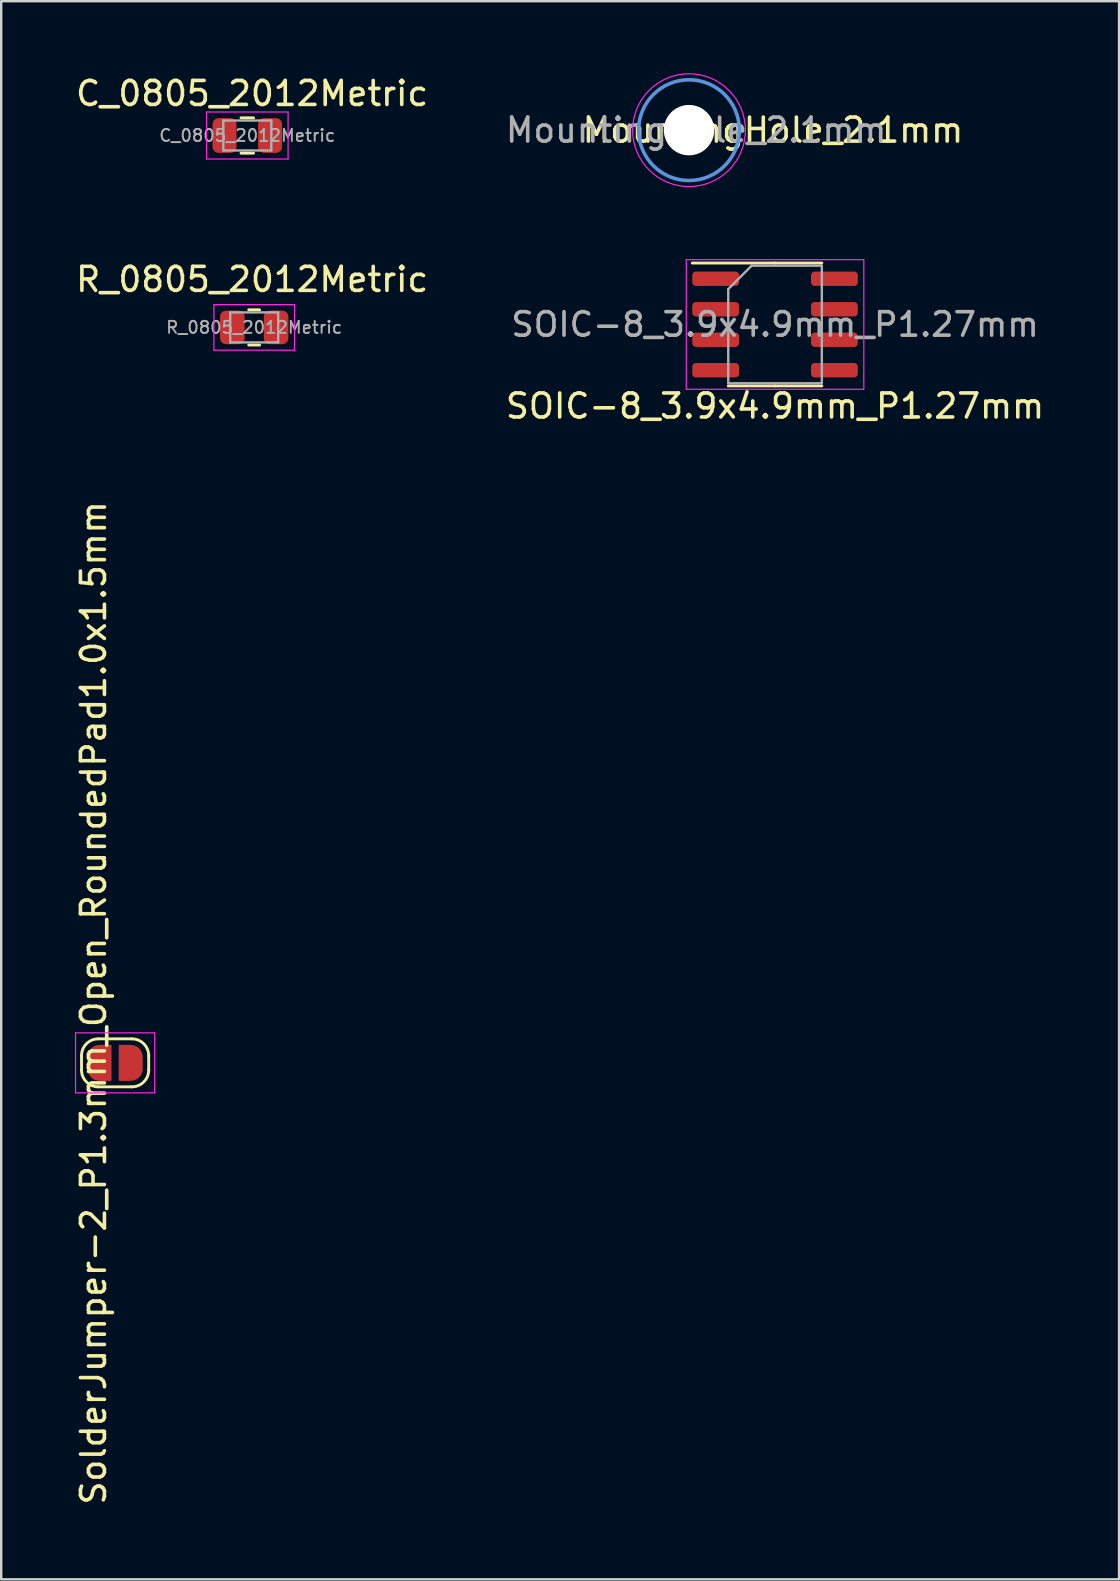
<source format=kicad_pcb>
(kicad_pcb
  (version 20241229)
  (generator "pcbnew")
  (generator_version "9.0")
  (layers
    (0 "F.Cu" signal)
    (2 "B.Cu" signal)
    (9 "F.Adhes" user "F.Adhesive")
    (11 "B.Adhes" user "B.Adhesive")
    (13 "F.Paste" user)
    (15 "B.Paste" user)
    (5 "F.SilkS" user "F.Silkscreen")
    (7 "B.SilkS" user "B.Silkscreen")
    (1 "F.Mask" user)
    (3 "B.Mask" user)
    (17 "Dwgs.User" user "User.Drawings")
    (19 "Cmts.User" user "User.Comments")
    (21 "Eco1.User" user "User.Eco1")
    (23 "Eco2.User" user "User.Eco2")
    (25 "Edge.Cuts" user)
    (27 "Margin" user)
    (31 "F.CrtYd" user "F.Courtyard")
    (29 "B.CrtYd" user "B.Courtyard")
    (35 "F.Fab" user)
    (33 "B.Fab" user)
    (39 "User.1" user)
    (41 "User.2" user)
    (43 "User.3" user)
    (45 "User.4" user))
  (footprint "MountingHole_2.1mm"
    (layer "F.Cu")
    (at 25.67 2.375)
    (property "Reference" "MountingHole_2.1mm" (at 3.5 0 0) (layer "F.SilkS") (effects (font (size 1 1) (thickness 0.15))))
    (attr exclude_from_pos_files exclude_from_bom)
    (fp_circle (center 0 0) (end 2.1 0) (stroke (width 0.15) (type solid)) (fill no) (layer "Cmts.User"))
    (fp_circle (center 0 0) (end 2.35 0) (stroke (width 0.05) (type solid)) (fill no) (layer "F.CrtYd"))
    (fp_text user "${REFERENCE}" (at 0.3 0 0) (layer "F.Fab") (effects (font (size 1 1) (thickness 0.15))))
    (pad "" np_thru_hole circle (at 0 0) (size 2.1 2.1) (drill 2.1) (layers "*.Cu" "*.Mask")))
  (footprint "C_0805_2012Metric"
    (layer "F.Cu")
    (at 7.258 2.598)
    (property "Reference" "C_0805_2012Metric" (at 0.2 -1.75 0) (layer "F.SilkS") (effects (font (size 1 1) (thickness 0.15))))
    (attr smd)
    (fp_line (start -0.261 -0.735) (end 0.261 -0.735) (stroke (width 0.12) (type solid)) (layer "F.SilkS"))
    (fp_line (start -0.261 0.735) (end 0.261 0.735) (stroke (width 0.12) (type solid)) (layer "F.SilkS"))
    (fp_line (start -1.7 -0.98) (end 1.7 -0.98) (stroke (width 0.05) (type solid)) (layer "F.CrtYd"))
    (fp_line (start -1.7 0.98) (end -1.7 -0.98) (stroke (width 0.05) (type solid)) (layer "F.CrtYd"))
    (fp_line (start 1.7 -0.98) (end 1.7 0.98) (stroke (width 0.05) (type solid)) (layer "F.CrtYd"))
    (fp_line (start 1.7 0.98) (end -1.7 0.98) (stroke (width 0.05) (type solid)) (layer "F.CrtYd"))
    (fp_line (start -1 -0.625) (end 1 -0.625) (stroke (width 0.1) (type solid)) (layer "F.Fab"))
    (fp_line (start -1 0.625) (end -1 -0.625) (stroke (width 0.1) (type solid)) (layer "F.Fab"))
    (fp_line (start 1 -0.625) (end 1 0.625) (stroke (width 0.1) (type solid)) (layer "F.Fab"))
    (fp_line (start 1 0.625) (end -1 0.625) (stroke (width 0.1) (type solid)) (layer "F.Fab"))
    (fp_text user "${REFERENCE}" (at 0 0 0) (layer "F.Fab") (effects (font (size 0.5 0.5) (thickness 0.08))))
    (pad "1" smd roundrect (at -0.95 0) (size 1 1.45) (layers "F.Cu" "F.Mask" "F.Paste") (roundrect_rratio 0.25))
    (pad "2" smd roundrect (at 0.95 0) (size 1 1.45) (layers "F.Cu" "F.Mask" "F.Paste") (roundrect_rratio 0.25)))
  (footprint "SolderJumper-2_P1.3mm_Open_RoundedPad1.0x1.5mm"
    (layer "F.Cu")
    (at 1.748 41.253)
    (property "Reference" "SolderJumper-2_P1.3mm_Open_RoundedPad1.0x1.5mm" (at -0.9 -2.5 90) (layer "F.SilkS") (effects (font (size 1 1) (thickness 0.15))))
    (attr exclude_from_pos_files exclude_from_bom)
    (fp_line (start -1.4 0.3) (end -1.4 -0.3) (stroke (width 0.12) (type solid)) (layer "F.SilkS"))
    (fp_line (start -0.7 -1) (end 0.7 -1) (stroke (width 0.12) (type solid)) (layer "F.SilkS"))
    (fp_line (start 0.7 1) (end -0.7 1) (stroke (width 0.12) (type solid)) (layer "F.SilkS"))
    (fp_line (start 1.4 -0.3) (end 1.4 0.3) (stroke (width 0.12) (type solid)) (layer "F.SilkS"))
    (fp_arc (start -1.4 -0.3) (mid -1.194975 -0.794975) (end -0.7 -1) (stroke (width 0.12) (type solid)) (layer "F.SilkS"))
    (fp_arc (start -0.7 1) (mid -1.194975 0.794975) (end -1.4 0.3) (stroke (width 0.12) (type solid)) (layer "F.SilkS"))
    (fp_arc (start 0.7 -1) (mid 1.194975 -0.794975) (end 1.4 -0.3) (stroke (width 0.12) (type solid)) (layer "F.SilkS"))
    (fp_arc (start 1.4 0.3) (mid 1.194975 0.794975) (end 0.7 1) (stroke (width 0.12) (type solid)) (layer "F.SilkS"))
    (fp_line (start -1.65 -1.25) (end -1.65 1.25) (stroke (width 0.05) (type solid)) (layer "F.CrtYd"))
    (fp_line (start -1.65 -1.25) (end 1.65 -1.25) (stroke (width 0.05) (type solid)) (layer "F.CrtYd"))
    (fp_line (start 1.65 1.25) (end -1.65 1.25) (stroke (width 0.05) (type solid)) (layer "F.CrtYd"))
    (fp_line (start 1.65 1.25) (end 1.65 -1.25) (stroke (width 0.05) (type solid)) (layer "F.CrtYd"))
    (pad "1" smd custom (at -0.65 0) (size 1 0.5) (layers "F.Cu" "F.Mask") (options (anchor rect)) (primitives (gr_circle (center 0 0.25) (end 0.5 0.25) (width 0) (fill yes)) (gr_circle (center 0 -0.25) (end 0.5 -0.25) (width 0) (fill yes)) (gr_poly (pts (xy 0 -0.75) (xy 0.5 -0.75) (xy 0.5 0.75) (xy 0 0.75)) (width 0) (fill yes))))
    (pad "2" smd custom (at 0.65 0) (size 1 0.5) (layers "F.Cu" "F.Mask") (options (anchor rect)) (primitives (gr_circle (center 0 0.25) (end 0.5 0.25) (width 0) (fill yes)) (gr_circle (center 0 -0.25) (end 0.5 -0.25) (width 0) (fill yes)) (gr_poly (pts (xy 0 -0.75) (xy -0.5 -0.75) (xy -0.5 0.75) (xy 0 0.75)) (width 0) (fill yes)))))
  (footprint "SOIC-8_3.9x4.9mm_P1.27mm"
    (layer "F.Cu")
    (at 29.256 10.475)
    (property "Reference" "SOIC-8_3.9x4.9mm_P1.27mm" (at 0 3.4 0) (layer "F.SilkS") (effects (font (size 1 1) (thickness 0.15))))
    (attr smd)
    (fp_line (start 0 -2.56) (end -3.45 -2.56) (stroke (width 0.12) (type solid)) (layer "F.SilkS"))
    (fp_line (start 0 -2.56) (end 1.95 -2.56) (stroke (width 0.12) (type solid)) (layer "F.SilkS"))
    (fp_line (start 0 2.56) (end -1.95 2.56) (stroke (width 0.12) (type solid)) (layer "F.SilkS"))
    (fp_line (start 0 2.56) (end 1.95 2.56) (stroke (width 0.12) (type solid)) (layer "F.SilkS"))
    (fp_line (start -3.7 -2.7) (end -3.7 2.7) (stroke (width 0.05) (type solid)) (layer "F.CrtYd"))
    (fp_line (start -3.7 2.7) (end 3.7 2.7) (stroke (width 0.05) (type solid)) (layer "F.CrtYd"))
    (fp_line (start 3.7 -2.7) (end -3.7 -2.7) (stroke (width 0.05) (type solid)) (layer "F.CrtYd"))
    (fp_line (start 3.7 2.7) (end 3.7 -2.7) (stroke (width 0.05) (type solid)) (layer "F.CrtYd"))
    (fp_line (start -1.95 -1.475) (end -0.975 -2.45) (stroke (width 0.1) (type solid)) (layer "F.Fab"))
    (fp_line (start -1.95 2.45) (end -1.95 -1.475) (stroke (width 0.1) (type solid)) (layer "F.Fab"))
    (fp_line (start -0.975 -2.45) (end 1.95 -2.45) (stroke (width 0.1) (type solid)) (layer "F.Fab"))
    (fp_line (start 1.95 -2.45) (end 1.95 2.45) (stroke (width 0.1) (type solid)) (layer "F.Fab"))
    (fp_line (start 1.95 2.45) (end -1.95 2.45) (stroke (width 0.1) (type solid)) (layer "F.Fab"))
    (fp_text user "${REFERENCE}" (at 0 0 0) (layer "F.Fab") (effects (font (size 0.98 0.98) (thickness 0.15))))
    (pad "1" smd roundrect (at -2.475 -1.905) (size 1.95 0.6) (layers "F.Cu" "F.Mask" "F.Paste") (roundrect_rratio 0.25))
    (pad "2" smd roundrect (at -2.475 -0.635) (size 1.95 0.6) (layers "F.Cu" "F.Mask" "F.Paste") (roundrect_rratio 0.25))
    (pad "3" smd roundrect (at -2.475 0.635) (size 1.95 0.6) (layers "F.Cu" "F.Mask" "F.Paste") (roundrect_rratio 0.25))
    (pad "4" smd roundrect (at -2.475 1.905) (size 1.95 0.6) (layers "F.Cu" "F.Mask" "F.Paste") (roundrect_rratio 0.25))
    (pad "5" smd roundrect (at 2.475 1.905) (size 1.95 0.6) (layers "F.Cu" "F.Mask" "F.Paste") (roundrect_rratio 0.25))
    (pad "6" smd roundrect (at 2.475 0.635) (size 1.95 0.6) (layers "F.Cu" "F.Mask" "F.Paste") (roundrect_rratio 0.25))
    (pad "7" smd roundrect (at 2.475 -0.635) (size 1.95 0.6) (layers "F.Cu" "F.Mask" "F.Paste") (roundrect_rratio 0.25))
    (pad "8" smd roundrect (at 2.475 -1.905) (size 1.95 0.6) (layers "F.Cu" "F.Mask" "F.Paste") (roundrect_rratio 0.25)))
  (footprint "R_0805_2012Metric"
    (layer "F.Cu")
    (at 7.546 10.598)
    (property "Reference" "R_0805_2012Metric" (at -0.087 -2 180) (layer "F.SilkS") (effects (font (size 1 1) (thickness 0.15))))
    (attr smd)
    (fp_line (start -0.227 -0.735) (end 0.227 -0.735) (stroke (width 0.12) (type solid)) (layer "F.SilkS"))
    (fp_line (start -0.227 0.735) (end 0.227 0.735) (stroke (width 0.12) (type solid)) (layer "F.SilkS"))
    (fp_line (start -1.68 -0.95) (end 1.68 -0.95) (stroke (width 0.05) (type solid)) (layer "F.CrtYd"))
    (fp_line (start -1.68 0.95) (end -1.68 -0.95) (stroke (width 0.05) (type solid)) (layer "F.CrtYd"))
    (fp_line (start 1.68 -0.95) (end 1.68 0.95) (stroke (width 0.05) (type solid)) (layer "F.CrtYd"))
    (fp_line (start 1.68 0.95) (end -1.68 0.95) (stroke (width 0.05) (type solid)) (layer "F.CrtYd"))
    (fp_line (start -1 -0.625) (end 1 -0.625) (stroke (width 0.1) (type solid)) (layer "F.Fab"))
    (fp_line (start -1 0.625) (end -1 -0.625) (stroke (width 0.1) (type solid)) (layer "F.Fab"))
    (fp_line (start 1 -0.625) (end 1 0.625) (stroke (width 0.1) (type solid)) (layer "F.Fab"))
    (fp_line (start 1 0.625) (end -1 0.625) (stroke (width 0.1) (type solid)) (layer "F.Fab"))
    (fp_text user "${REFERENCE}" (at 0 0 180) (layer "F.Fab") (effects (font (size 0.5 0.5) (thickness 0.08))))
    (pad "1" smd roundrect (at -0.912 0) (size 1.025 1.4) (layers "F.Cu" "F.Mask" "F.Paste") (roundrect_rratio 0.244))
    (pad "2" smd roundrect (at 0.912 0) (size 1.025 1.4) (layers "F.Cu" "F.Mask" "F.Paste") (roundrect_rratio 0.244)))
  (gr_rect
    (start -3 -3)
    (end 43.595 62.783)
    (stroke (width 0.1) (type default))
    (fill no)
    (layer "Edge.Cuts")))
</source>
